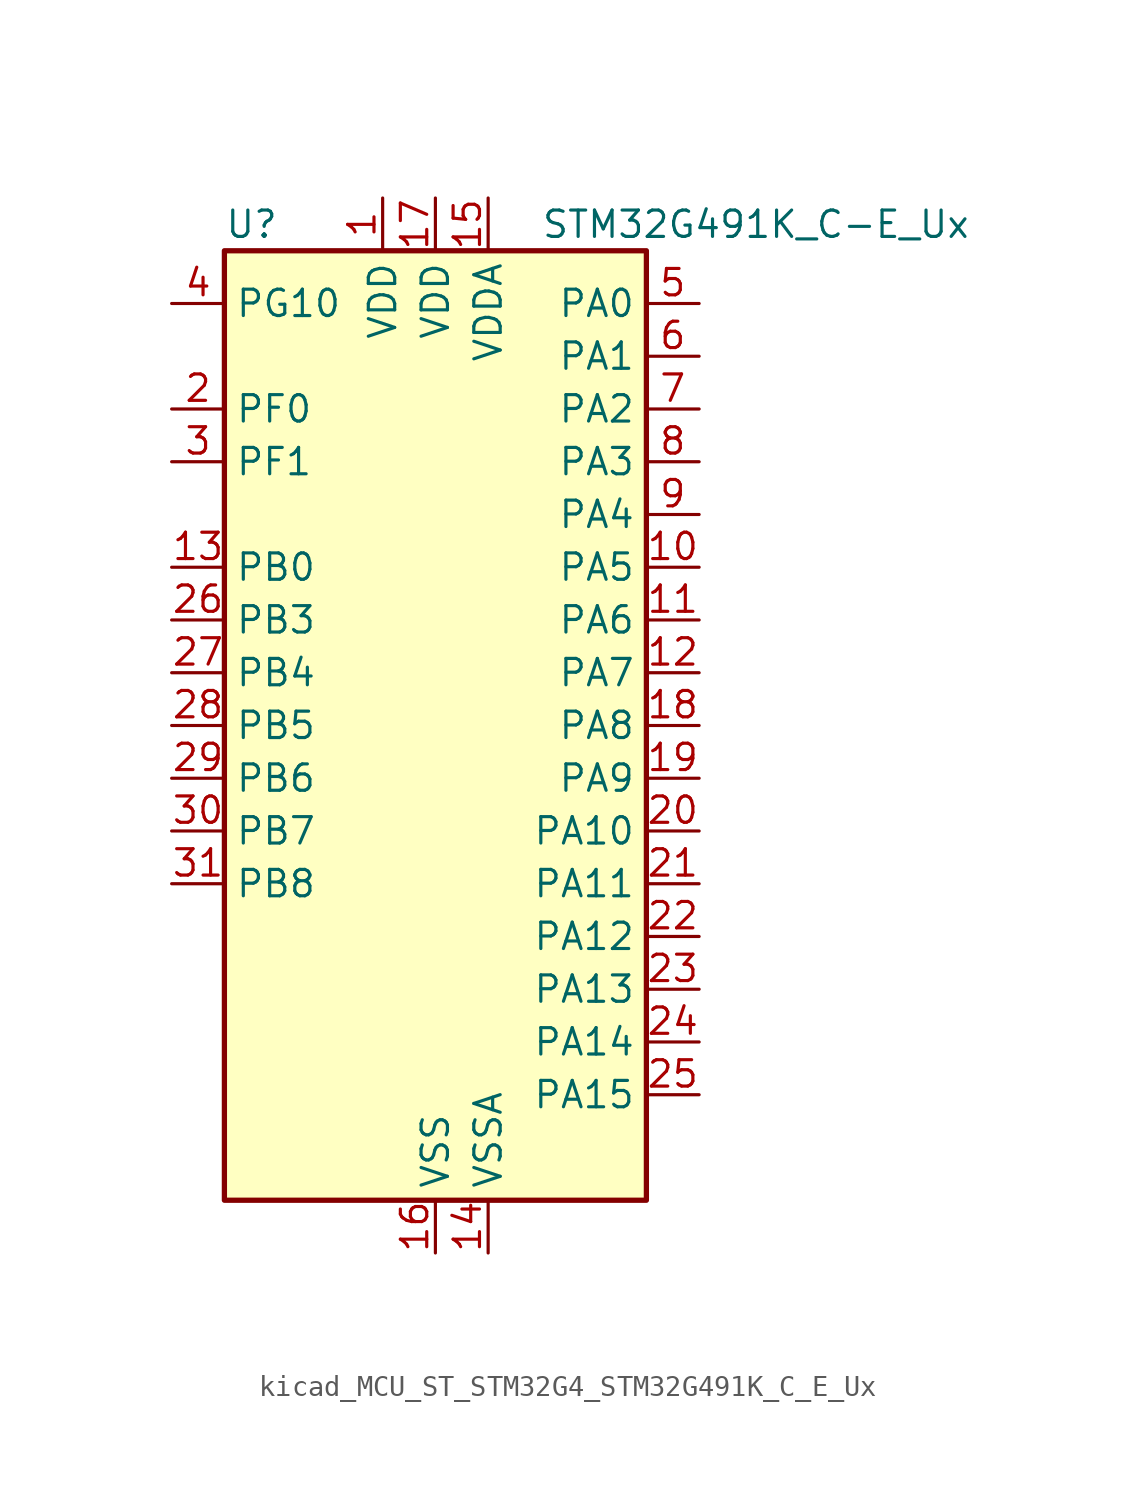
<source format=kicad_sym>
(kicad_symbol_lib
  (version 20220914)
  (generator kicad_symbol_editor)
  (symbol "kicad_MCU_ST_STM32G4_STM32G491K_C_E_Ux"
    (property "Reference" "U"
      (at -10.16 24.13 0)
      (effects (font (size 1.27 1.27)) (justify left)))
    (property "Value" "STM32G491K_C-E_Ux"
      (at 5.08 24.13 0)
      (effects (font (size 1.27 1.27)) (justify left)))
    (property "ki_locked" ""
      (at 0 0 0)
      (effects (font (size 1.27 1.27))))
    (symbol "kicad_MCU_ST_STM32G4_STM32G491K_C_E_Ux_0_1"
      (rectangle (start -10.16 -22.86) (end 10.16 22.86) (stroke (width 0.254) (type default)) (fill (type background))))
    (symbol "kicad_MCU_ST_STM32G4_STM32G491K_C_E_Ux_1_1"
      (pin power_in line (at -2.54 25.4 270) (length 2.54) (name "VDD" (effects (font (size 1.27 1.27)))) (number "1" (effects (font (size 1.27 1.27)))))
      (pin bidirectional line (at 12.7 7.62 180) (length 2.54) (name "PA5" (effects (font (size 1.27 1.27)))) (number "10" (effects (font (size 1.27 1.27)))) (alternate "ADC2_IN13" bidirectional line) (alternate "COMP2_INM" bidirectional line) (alternate "DAC1_OUT2" bidirectional line) (alternate "OPAMP2_VINM" bidirectional line) (alternate "OPAMP2_VINM0" bidirectional line) (alternate "OPAMP2_VINM_SEC" bidirectional line) (alternate "SPI1_SCK" bidirectional line) (alternate "TIM2_CH1" bidirectional line) (alternate "TIM2_ETR" bidirectional line) (alternate "UCPD1_FRSTX1" bidirectional line) (alternate "UCPD1_FRSTX2" bidirectional line))
      (pin bidirectional line (at 12.7 5.08 180) (length 2.54) (name "PA6" (effects (font (size 1.27 1.27)))) (number "11" (effects (font (size 1.27 1.27)))) (alternate "ADC2_IN3" bidirectional line) (alternate "COMP1_OUT" bidirectional line) (alternate "LPUART1_CTS" bidirectional line) (alternate "OPAMP2_VOUT" bidirectional line) (alternate "QUADSPI1_BK1_IO3" bidirectional line) (alternate "SPI1_MISO" bidirectional line) (alternate "TIM16_CH1" bidirectional line) (alternate "TIM1_BKIN" bidirectional line) (alternate "TIM3_CH1" bidirectional line) (alternate "TIM8_BKIN" bidirectional line))
      (pin bidirectional line (at 12.7 2.54 180) (length 2.54) (name "PA7" (effects (font (size 1.27 1.27)))) (number "12" (effects (font (size 1.27 1.27)))) (alternate "ADC2_IN4" bidirectional line) (alternate "COMP2_INP" bidirectional line) (alternate "COMP2_OUT" bidirectional line) (alternate "OPAMP1_VINP" bidirectional line) (alternate "OPAMP1_VINP_SEC" bidirectional line) (alternate "OPAMP2_VINP" bidirectional line) (alternate "OPAMP2_VINP_SEC" bidirectional line) (alternate "QUADSPI1_BK1_IO2" bidirectional line) (alternate "SPI1_MOSI" bidirectional line) (alternate "TIM17_CH1" bidirectional line) (alternate "TIM1_CH1N" bidirectional line) (alternate "TIM3_CH2" bidirectional line) (alternate "TIM8_CH1N" bidirectional line) (alternate "UCPD1_FRSTX1" bidirectional line) (alternate "UCPD1_FRSTX2" bidirectional line))
      (pin bidirectional line (at -12.7 7.62 0) (length 2.54) (name "PB0" (effects (font (size 1.27 1.27)))) (number "13" (effects (font (size 1.27 1.27)))) (alternate "ADC1_IN15" bidirectional line) (alternate "ADC3_IN12" bidirectional line) (alternate "COMP4_INP" bidirectional line) (alternate "OPAMP2_VINP" bidirectional line) (alternate "OPAMP2_VINP_SEC" bidirectional line) (alternate "OPAMP3_VINP" bidirectional line) (alternate "OPAMP3_VINP_SEC" bidirectional line) (alternate "QUADSPI1_BK1_IO1" bidirectional line) (alternate "TIM1_CH2N" bidirectional line) (alternate "TIM3_CH3" bidirectional line) (alternate "TIM8_CH2N" bidirectional line) (alternate "UCPD1_FRSTX1" bidirectional line) (alternate "UCPD1_FRSTX2" bidirectional line))
      (pin power_in line (at 2.54 -25.4 90) (length 2.54) (name "VSSA" (effects (font (size 1.27 1.27)))) (number "14" (effects (font (size 1.27 1.27)))))
      (pin power_in line (at 2.54 25.4 270) (length 2.54) (name "VDDA" (effects (font (size 1.27 1.27)))) (number "15" (effects (font (size 1.27 1.27)))))
      (pin power_in line (at 0 -25.4 90) (length 2.54) (name "VSS" (effects (font (size 1.27 1.27)))) (number "16" (effects (font (size 1.27 1.27)))))
      (pin power_in line (at 0 25.4 270) (length 2.54) (name "VDD" (effects (font (size 1.27 1.27)))) (number "17" (effects (font (size 1.27 1.27)))))
      (pin bidirectional line (at 12.7 0 180) (length 2.54) (name "PA8" (effects (font (size 1.27 1.27)))) (number "18" (effects (font (size 1.27 1.27)))) (alternate "I2C2_SDA" bidirectional line) (alternate "I2C3_SCL" bidirectional line) (alternate "I2S2_MCK" bidirectional line) (alternate "RCC_MCO" bidirectional line) (alternate "SAI1_CK2" bidirectional line) (alternate "SAI1_SCK_A" bidirectional line) (alternate "TIM1_CH1" bidirectional line) (alternate "TIM4_ETR" bidirectional line) (alternate "USART1_CK" bidirectional line))
      (pin bidirectional line (at 12.7 -2.54 180) (length 2.54) (name "PA9" (effects (font (size 1.27 1.27)))) (number "19" (effects (font (size 1.27 1.27)))) (alternate "DAC1_EXTI9" bidirectional line) (alternate "DAC3_EXTI9" bidirectional line) (alternate "I2C2_SCL" bidirectional line) (alternate "I2C3_SMBA" bidirectional line) (alternate "I2S3_MCK" bidirectional line) (alternate "SAI1_FS_A" bidirectional line) (alternate "TIM15_BKIN" bidirectional line) (alternate "TIM1_CH2" bidirectional line) (alternate "TIM2_CH3" bidirectional line) (alternate "UCPD1_DBCC1" bidirectional line) (alternate "USART1_TX" bidirectional line))
      (pin bidirectional line (at -12.7 15.24 0) (length 2.54) (name "PF0" (effects (font (size 1.27 1.27)))) (number "2" (effects (font (size 1.27 1.27)))) (alternate "ADC1_IN10" bidirectional line) (alternate "I2C2_SDA" bidirectional line) (alternate "I2S2_WS" bidirectional line) (alternate "RCC_OSC_IN" bidirectional line) (alternate "SPI2_NSS" bidirectional line) (alternate "TIM1_CH3N" bidirectional line))
      (pin bidirectional line (at 12.7 -5.08 180) (length 2.54) (name "PA10" (effects (font (size 1.27 1.27)))) (number "20" (effects (font (size 1.27 1.27)))) (alternate "CRS_SYNC" bidirectional line) (alternate "DAC1_EXTI10" bidirectional line) (alternate "DAC3_EXTI10" bidirectional line) (alternate "I2C2_SMBA" bidirectional line) (alternate "SAI1_D1" bidirectional line) (alternate "SAI1_SD_A" bidirectional line) (alternate "SPI2_MISO" bidirectional line) (alternate "TIM17_BKIN" bidirectional line) (alternate "TIM1_CH3" bidirectional line) (alternate "TIM2_CH4" bidirectional line) (alternate "TIM8_BKIN" bidirectional line) (alternate "UCPD1_DBCC2" bidirectional line) (alternate "USART1_RX" bidirectional line))
      (pin bidirectional line (at 12.7 -7.62 180) (length 2.54) (name "PA11" (effects (font (size 1.27 1.27)))) (number "21" (effects (font (size 1.27 1.27)))) (alternate "ADC1_EXTI11" bidirectional line) (alternate "ADC2_EXTI11" bidirectional line) (alternate "COMP1_OUT" bidirectional line) (alternate "FDCAN1_RX" bidirectional line) (alternate "I2S2_SD" bidirectional line) (alternate "SPI2_MOSI" bidirectional line) (alternate "TIM1_BKIN2" bidirectional line) (alternate "TIM1_CH1N" bidirectional line) (alternate "TIM1_CH4" bidirectional line) (alternate "TIM4_CH1" bidirectional line) (alternate "USART1_CTS" bidirectional line) (alternate "USART1_NSS" bidirectional line) (alternate "USB_DM" bidirectional line))
      (pin bidirectional line (at 12.7 -10.16 180) (length 2.54) (name "PA12" (effects (font (size 1.27 1.27)))) (number "22" (effects (font (size 1.27 1.27)))) (alternate "COMP2_OUT" bidirectional line) (alternate "FDCAN1_TX" bidirectional line) (alternate "I2S_CKIN" bidirectional line) (alternate "TIM16_CH1" bidirectional line) (alternate "TIM1_CH2N" bidirectional line) (alternate "TIM1_ETR" bidirectional line) (alternate "TIM4_CH2" bidirectional line) (alternate "USART1_DE" bidirectional line) (alternate "USART1_RTS" bidirectional line) (alternate "USB_DP" bidirectional line))
      (pin bidirectional line (at 12.7 -12.7 180) (length 2.54) (name "PA13" (effects (font (size 1.27 1.27)))) (number "23" (effects (font (size 1.27 1.27)))) (alternate "I2C1_SCL" bidirectional line) (alternate "IR_OUT" bidirectional line) (alternate "SAI1_SD_B" bidirectional line) (alternate "SYS_JTMS-SWDIO" bidirectional line) (alternate "TIM16_CH1N" bidirectional line) (alternate "TIM4_CH3" bidirectional line))
      (pin bidirectional line (at 12.7 -15.24 180) (length 2.54) (name "PA14" (effects (font (size 1.27 1.27)))) (number "24" (effects (font (size 1.27 1.27)))) (alternate "I2C1_SDA" bidirectional line) (alternate "LPTIM1_OUT" bidirectional line) (alternate "SAI1_FS_B" bidirectional line) (alternate "SYS_JTCK-SWCLK" bidirectional line) (alternate "TIM1_BKIN" bidirectional line) (alternate "TIM8_CH2" bidirectional line) (alternate "USART2_TX" bidirectional line))
      (pin bidirectional line (at 12.7 -17.78 180) (length 2.54) (name "PA15" (effects (font (size 1.27 1.27)))) (number "25" (effects (font (size 1.27 1.27)))) (alternate "ADC1_EXTI15" bidirectional line) (alternate "ADC2_EXTI15" bidirectional line) (alternate "I2C1_SCL" bidirectional line) (alternate "I2S3_WS" bidirectional line) (alternate "SPI1_NSS" bidirectional line) (alternate "SPI3_NSS" bidirectional line) (alternate "SYS_JTDI" bidirectional line) (alternate "TIM1_BKIN" bidirectional line) (alternate "TIM20_ETR" bidirectional line) (alternate "TIM2_CH1" bidirectional line) (alternate "TIM2_ETR" bidirectional line) (alternate "TIM8_CH1" bidirectional line) (alternate "USART2_RX" bidirectional line))
      (pin bidirectional line (at -12.7 5.08 0) (length 2.54) (name "PB3" (effects (font (size 1.27 1.27)))) (number "26" (effects (font (size 1.27 1.27)))) (alternate "ADC3_EXTI3" bidirectional line) (alternate "CRS_SYNC" bidirectional line) (alternate "I2S3_CK" bidirectional line) (alternate "SAI1_SCK_B" bidirectional line) (alternate "SPI1_SCK" bidirectional line) (alternate "SPI3_SCK" bidirectional line) (alternate "SYS_JTDO-SWO" bidirectional line) (alternate "TIM2_CH2" bidirectional line) (alternate "TIM3_ETR" bidirectional line) (alternate "TIM4_ETR" bidirectional line) (alternate "TIM8_CH1N" bidirectional line) (alternate "USART2_TX" bidirectional line))
      (pin bidirectional line (at -12.7 2.54 0) (length 2.54) (name "PB4" (effects (font (size 1.27 1.27)))) (number "27" (effects (font (size 1.27 1.27)))) (alternate "SAI1_MCLK_B" bidirectional line) (alternate "SPI1_MISO" bidirectional line) (alternate "SPI3_MISO" bidirectional line) (alternate "SYS_JTRST" bidirectional line) (alternate "TIM16_CH1" bidirectional line) (alternate "TIM17_BKIN" bidirectional line) (alternate "TIM3_CH1" bidirectional line) (alternate "TIM8_CH2N" bidirectional line) (alternate "UCPD1_CC2" bidirectional line) (alternate "USART2_RX" bidirectional line))
      (pin bidirectional line (at -12.7 0 0) (length 2.54) (name "PB5" (effects (font (size 1.27 1.27)))) (number "28" (effects (font (size 1.27 1.27)))) (alternate "FDCAN2_RX" bidirectional line) (alternate "I2C1_SMBA" bidirectional line) (alternate "I2C3_SDA" bidirectional line) (alternate "I2S3_SD" bidirectional line) (alternate "LPTIM1_IN1" bidirectional line) (alternate "SAI1_SD_B" bidirectional line) (alternate "SPI1_MOSI" bidirectional line) (alternate "SPI3_MOSI" bidirectional line) (alternate "TIM16_BKIN" bidirectional line) (alternate "TIM17_CH1" bidirectional line) (alternate "TIM3_CH2" bidirectional line) (alternate "TIM8_CH3N" bidirectional line) (alternate "USART2_CK" bidirectional line))
      (pin bidirectional line (at -12.7 -2.54 0) (length 2.54) (name "PB6" (effects (font (size 1.27 1.27)))) (number "29" (effects (font (size 1.27 1.27)))) (alternate "COMP4_OUT" bidirectional line) (alternate "FDCAN2_TX" bidirectional line) (alternate "LPTIM1_ETR" bidirectional line) (alternate "SAI1_FS_B" bidirectional line) (alternate "TIM16_CH1N" bidirectional line) (alternate "TIM4_CH1" bidirectional line) (alternate "TIM8_BKIN2" bidirectional line) (alternate "TIM8_CH1" bidirectional line) (alternate "TIM8_ETR" bidirectional line) (alternate "UCPD1_CC1" bidirectional line) (alternate "USART1_TX" bidirectional line))
      (pin bidirectional line (at -12.7 12.7 0) (length 2.54) (name "PF1" (effects (font (size 1.27 1.27)))) (number "3" (effects (font (size 1.27 1.27)))) (alternate "ADC2_IN10" bidirectional line) (alternate "COMP3_INM" bidirectional line) (alternate "I2S2_CK" bidirectional line) (alternate "RCC_OSC_OUT" bidirectional line) (alternate "SPI2_SCK" bidirectional line))
      (pin bidirectional line (at -12.7 -5.08 0) (length 2.54) (name "PB7" (effects (font (size 1.27 1.27)))) (number "30" (effects (font (size 1.27 1.27)))) (alternate "COMP3_OUT" bidirectional line) (alternate "I2C1_SDA" bidirectional line) (alternate "LPTIM1_IN2" bidirectional line) (alternate "SYS_PVD_IN" bidirectional line) (alternate "TIM17_CH1N" bidirectional line) (alternate "TIM3_CH4" bidirectional line) (alternate "TIM4_CH2" bidirectional line) (alternate "TIM8_BKIN" bidirectional line) (alternate "USART1_RX" bidirectional line))
      (pin bidirectional line (at -12.7 -7.62 0) (length 2.54) (name "PB8" (effects (font (size 1.27 1.27)))) (number "31" (effects (font (size 1.27 1.27)))) (alternate "COMP1_OUT" bidirectional line) (alternate "FDCAN1_RX" bidirectional line) (alternate "I2C1_SCL" bidirectional line) (alternate "SAI1_CK1" bidirectional line) (alternate "SAI1_MCLK_A" bidirectional line) (alternate "TIM16_CH1" bidirectional line) (alternate "TIM1_BKIN" bidirectional line) (alternate "TIM4_CH3" bidirectional line) (alternate "TIM8_CH2" bidirectional line))
      (pin passive line (at 0 -25.4 90) (length 2.54) hide (name "VSS" (effects (font (size 1.27 1.27)))) (number "32" (effects (font (size 1.27 1.27)))))
      (pin passive line (at 0 -25.4 90) (length 2.54) hide (name "VSS" (effects (font (size 1.27 1.27)))) (number "33" (effects (font (size 1.27 1.27)))))
      (pin bidirectional line (at -12.7 20.32 0) (length 2.54) (name "PG10" (effects (font (size 1.27 1.27)))) (number "4" (effects (font (size 1.27 1.27)))) (alternate "DAC1_EXTI10" bidirectional line) (alternate "DAC3_EXTI10" bidirectional line) (alternate "RCC_MCO" bidirectional line))
      (pin bidirectional line (at 12.7 20.32 180) (length 2.54) (name "PA0" (effects (font (size 1.27 1.27)))) (number "5" (effects (font (size 1.27 1.27)))) (alternate "ADC1_IN1" bidirectional line) (alternate "ADC2_IN1" bidirectional line) (alternate "COMP1_INM" bidirectional line) (alternate "COMP1_OUT" bidirectional line) (alternate "COMP3_INP" bidirectional line) (alternate "RTC_TAMP2" bidirectional line) (alternate "SYS_WKUP1" bidirectional line) (alternate "TIM2_CH1" bidirectional line) (alternate "TIM2_ETR" bidirectional line) (alternate "TIM8_BKIN" bidirectional line) (alternate "TIM8_ETR" bidirectional line) (alternate "USART2_CTS" bidirectional line) (alternate "USART2_NSS" bidirectional line))
      (pin bidirectional line (at 12.7 17.78 180) (length 2.54) (name "PA1" (effects (font (size 1.27 1.27)))) (number "6" (effects (font (size 1.27 1.27)))) (alternate "ADC1_IN2" bidirectional line) (alternate "ADC2_IN2" bidirectional line) (alternate "COMP1_INP" bidirectional line) (alternate "OPAMP1_VINP" bidirectional line) (alternate "OPAMP1_VINP_SEC" bidirectional line) (alternate "OPAMP3_VINP" bidirectional line) (alternate "OPAMP3_VINP_SEC" bidirectional line) (alternate "OPAMP6_VINM" bidirectional line) (alternate "OPAMP6_VINM0" bidirectional line) (alternate "OPAMP6_VINM_SEC" bidirectional line) (alternate "RTC_REFIN" bidirectional line) (alternate "TIM15_CH1N" bidirectional line) (alternate "TIM2_CH2" bidirectional line) (alternate "USART2_DE" bidirectional line) (alternate "USART2_RTS" bidirectional line))
      (pin bidirectional line (at 12.7 15.24 180) (length 2.54) (name "PA2" (effects (font (size 1.27 1.27)))) (number "7" (effects (font (size 1.27 1.27)))) (alternate "ADC1_IN3" bidirectional line) (alternate "ADC3_EXTI2" bidirectional line) (alternate "COMP2_INM" bidirectional line) (alternate "COMP2_OUT" bidirectional line) (alternate "LPUART1_TX" bidirectional line) (alternate "OPAMP1_VOUT" bidirectional line) (alternate "QUADSPI1_BK1_NCS" bidirectional line) (alternate "RCC_LSCO" bidirectional line) (alternate "SYS_WKUP4" bidirectional line) (alternate "TIM15_CH1" bidirectional line) (alternate "TIM2_CH3" bidirectional line) (alternate "UCPD1_FRSTX1" bidirectional line) (alternate "UCPD1_FRSTX2" bidirectional line) (alternate "USART2_TX" bidirectional line))
      (pin bidirectional line (at 12.7 12.7 180) (length 2.54) (name "PA3" (effects (font (size 1.27 1.27)))) (number "8" (effects (font (size 1.27 1.27)))) (alternate "ADC1_IN4" bidirectional line) (alternate "ADC3_EXTI3" bidirectional line) (alternate "COMP2_INP" bidirectional line) (alternate "LPUART1_RX" bidirectional line) (alternate "OPAMP1_VINM" bidirectional line) (alternate "OPAMP1_VINM0" bidirectional line) (alternate "OPAMP1_VINM_SEC" bidirectional line) (alternate "OPAMP1_VINP" bidirectional line) (alternate "OPAMP1_VINP_SEC" bidirectional line) (alternate "QUADSPI1_CLK" bidirectional line) (alternate "SAI1_CK1" bidirectional line) (alternate "SAI1_MCLK_A" bidirectional line) (alternate "TIM15_CH2" bidirectional line) (alternate "TIM2_CH4" bidirectional line) (alternate "USART2_RX" bidirectional line))
      (pin bidirectional line (at 12.7 10.16 180) (length 2.54) (name "PA4" (effects (font (size 1.27 1.27)))) (number "9" (effects (font (size 1.27 1.27)))) (alternate "ADC2_IN17" bidirectional line) (alternate "COMP1_INM" bidirectional line) (alternate "DAC1_OUT1" bidirectional line) (alternate "I2S3_WS" bidirectional line) (alternate "SAI1_FS_B" bidirectional line) (alternate "SPI1_NSS" bidirectional line) (alternate "SPI3_NSS" bidirectional line) (alternate "TIM3_CH2" bidirectional line) (alternate "USART2_CK" bidirectional line)))))
</source>
